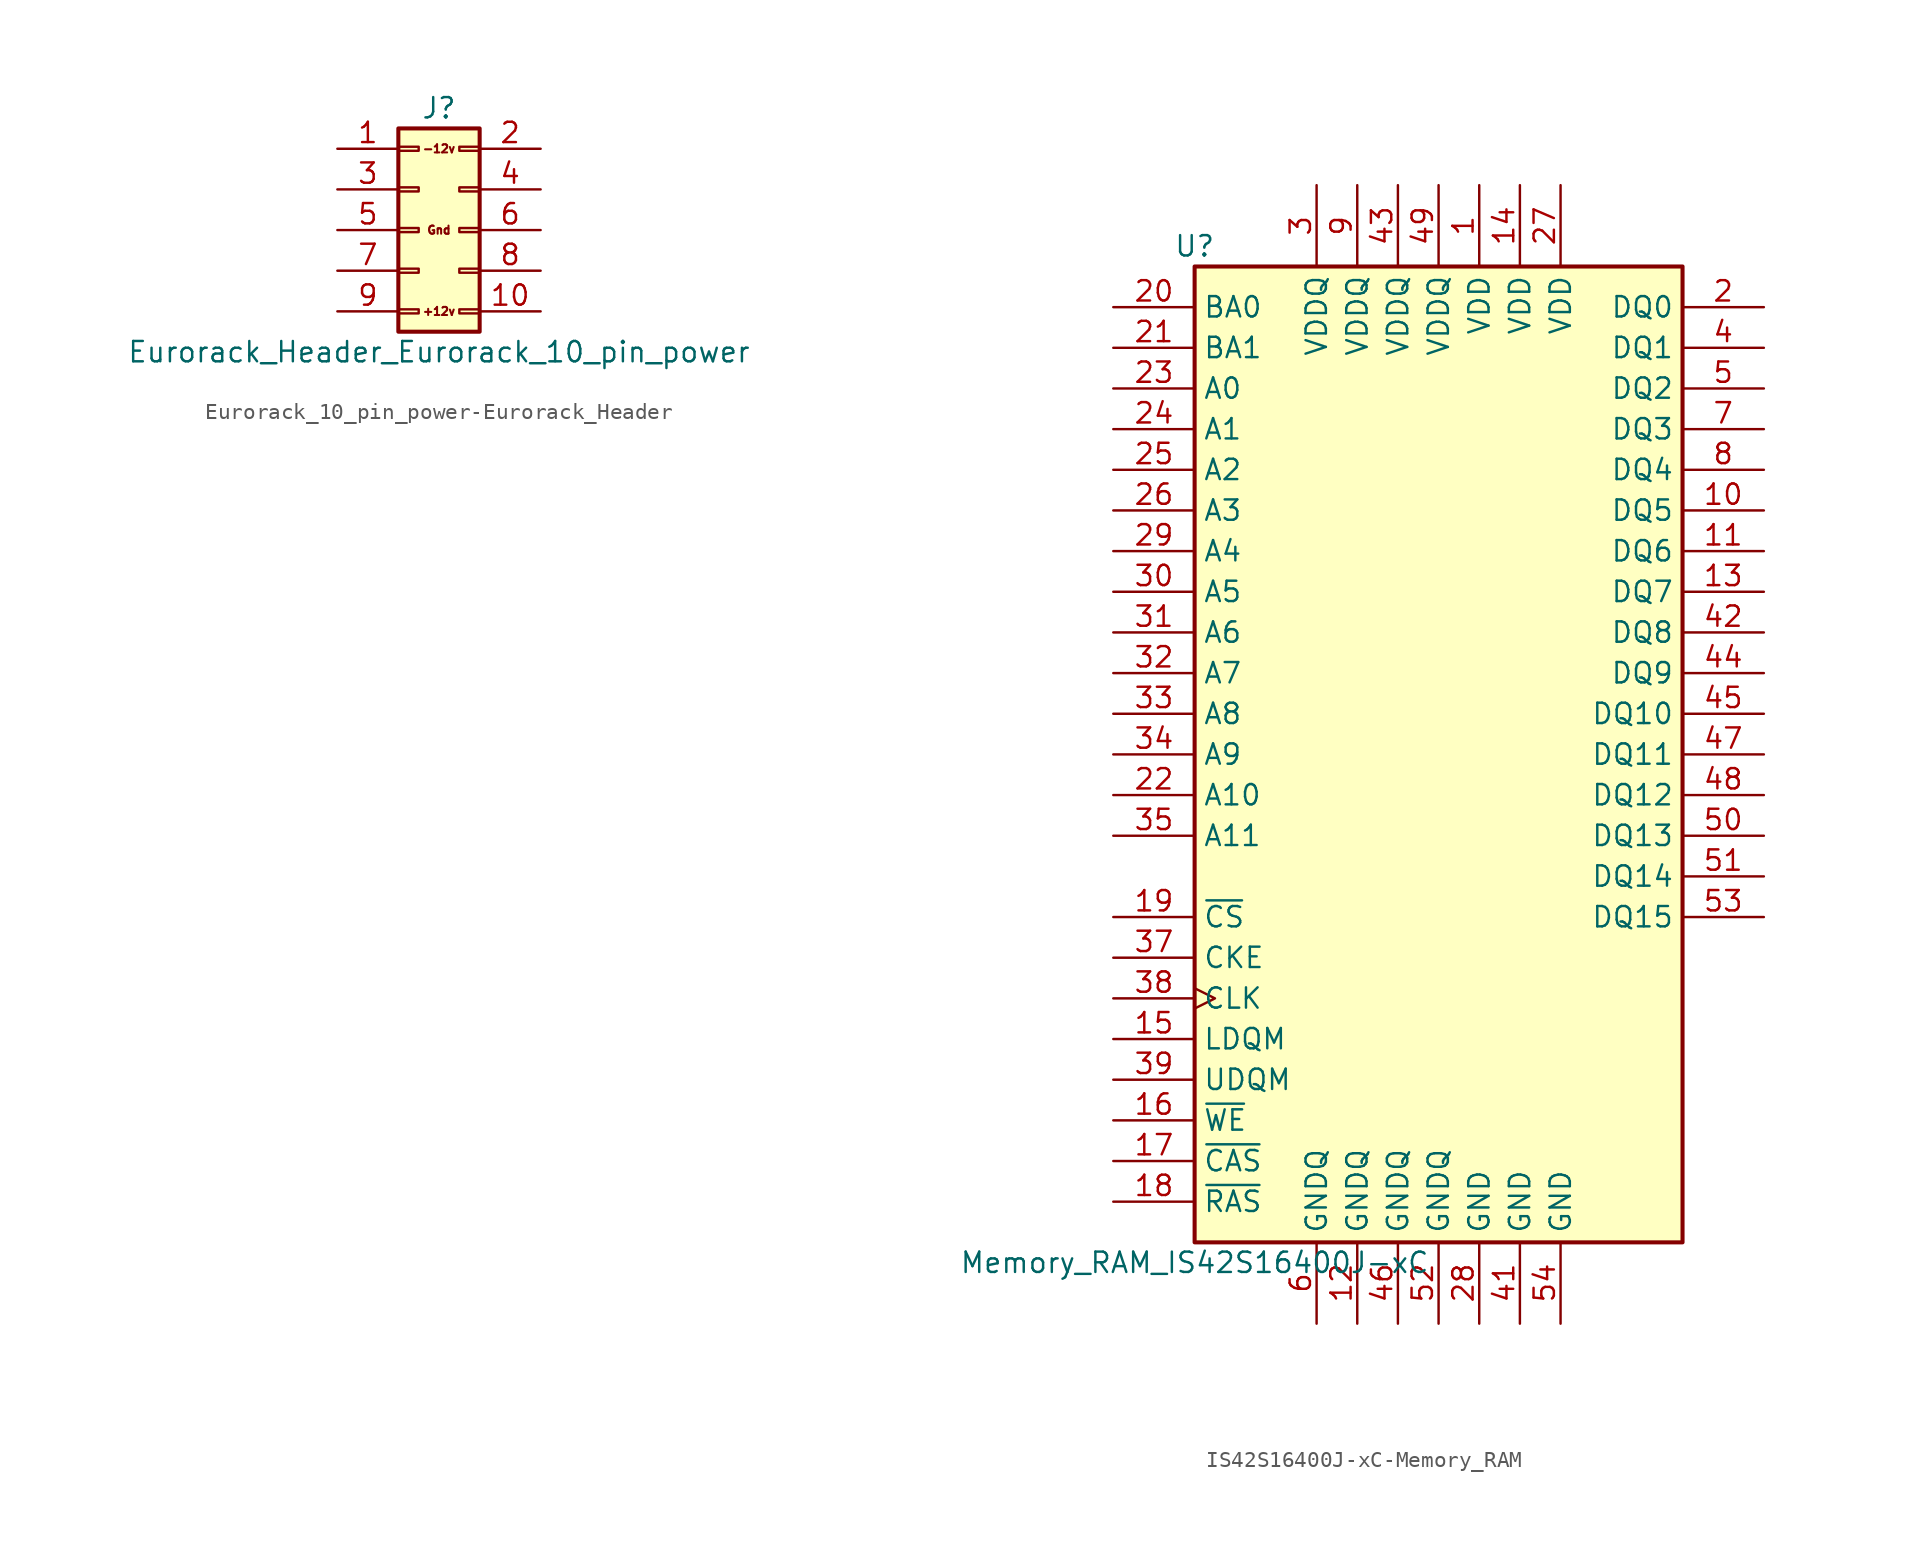
<source format=kicad_sym>
(kicad_symbol_lib
  (version 20220914)
  (generator kicad_symbol_editor)
  (symbol "Eurorack_10_pin_power-Eurorack_Header"
    (pin_names
      (offset 1.016) hide)
    (property "Reference" "J"
      (at 1.27 7.62 0)
      (effects (font (size 1.27 1.27))))
    (property "Value" "Eurorack_Header_Eurorack_10_pin_power"
      (at 1.27 -7.62 0)
      (effects (font (size 1.27 1.27))))
    (symbol "Eurorack_10_pin_power-Eurorack_Header_1_0"
      (text "+12v" (at 1.27 -5.08 0) (effects (font (size 0.508 0.508))))
      (text "-12v" (at 1.27 5.08 0) (effects (font (size 0.508 0.508))))
      (text "Gnd" (at 1.27 0 0) (effects (font (size 0.508 0.508)))))
    (symbol "Eurorack_10_pin_power-Eurorack_Header_1_1"
      (rectangle (start -1.27 -4.953) (end 0 -5.207) (stroke (width 0.152) (type solid)) (fill (type none)))
      (rectangle (start -1.27 -2.413) (end 0 -2.667) (stroke (width 0.152) (type solid)) (fill (type none)))
      (rectangle (start -1.27 0.127) (end 0 -0.127) (stroke (width 0.152) (type solid)) (fill (type none)))
      (rectangle (start -1.27 2.667) (end 0 2.413) (stroke (width 0.152) (type solid)) (fill (type none)))
      (rectangle (start -1.27 5.207) (end 0 4.953) (stroke (width 0.152) (type solid)) (fill (type none)))
      (rectangle (start -1.27 6.35) (end 3.81 -6.35) (stroke (width 0.254) (type solid)) (fill (type background)))
      (rectangle (start 3.81 -4.953) (end 2.54 -5.207) (stroke (width 0.152) (type solid)) (fill (type none)))
      (rectangle (start 3.81 -2.413) (end 2.54 -2.667) (stroke (width 0.152) (type solid)) (fill (type none)))
      (rectangle (start 3.81 0.127) (end 2.54 -0.127) (stroke (width 0.152) (type solid)) (fill (type none)))
      (rectangle (start 3.81 2.667) (end 2.54 2.413) (stroke (width 0.152) (type solid)) (fill (type none)))
      (rectangle (start 3.81 5.207) (end 2.54 4.953) (stroke (width 0.152) (type solid)) (fill (type none)))
      (pin power_in line (at -5.08 5.08 0) (length 3.81) (name "Pin_1" (effects (font (size 1.27 1.27)))) (number "1" (effects (font (size 1.27 1.27)))))
      (pin passive line (at 7.62 -5.08 180) (length 3.81) (name "Pin_10" (effects (font (size 1.27 1.27)))) (number "10" (effects (font (size 1.27 1.27)))))
      (pin passive line (at 7.62 5.08 180) (length 3.81) (name "Pin_2" (effects (font (size 1.27 1.27)))) (number "2" (effects (font (size 1.27 1.27)))))
      (pin passive line (at -5.08 2.54 0) (length 3.81) (name "Pin_3" (effects (font (size 1.27 1.27)))) (number "3" (effects (font (size 1.27 1.27)))))
      (pin passive line (at 7.62 2.54 180) (length 3.81) (name "Pin_4" (effects (font (size 1.27 1.27)))) (number "4" (effects (font (size 1.27 1.27)))))
      (pin power_in line (at -5.08 0 0) (length 3.81) (name "Pin_5" (effects (font (size 1.27 1.27)))) (number "5" (effects (font (size 1.27 1.27)))))
      (pin passive line (at 7.62 0 180) (length 3.81) (name "Pin_6" (effects (font (size 1.27 1.27)))) (number "6" (effects (font (size 1.27 1.27)))))
      (pin passive line (at -5.08 -2.54 0) (length 3.81) (name "Pin_7" (effects (font (size 1.27 1.27)))) (number "7" (effects (font (size 1.27 1.27)))))
      (pin passive line (at 7.62 -2.54 180) (length 3.81) (name "Pin_8" (effects (font (size 1.27 1.27)))) (number "8" (effects (font (size 1.27 1.27)))))
      (pin power_in line (at -5.08 -5.08 0) (length 3.81) (name "Pin_9" (effects (font (size 1.27 1.27)))) (number "9" (effects (font (size 1.27 1.27)))))))
  (symbol "IS42S16400J-xC-Memory_RAM"
    (property "Reference" "U"
      (at -15.24 31.75 0)
      (effects (font (size 1.27 1.27))))
    (property "Value" "Memory_RAM_IS42S16400J-xC"
      (at -15.24 -31.75 0)
      (effects (font (size 1.27 1.27))))
    (symbol "IS42S16400J-xC-Memory_RAM_1_1"
      (rectangle (start -15.24 30.48) (end 15.24 -30.48) (stroke (width 0.254) (type solid)) (fill (type background)))
      (pin power_in line (at 2.54 35.56 270) (length 5.08) (name "VDD" (effects (font (size 1.27 1.27)))) (number "1" (effects (font (size 1.27 1.27)))))
      (pin bidirectional line (at 20.32 15.24 180) (length 5.08) (name "DQ5" (effects (font (size 1.27 1.27)))) (number "10" (effects (font (size 1.27 1.27)))))
      (pin bidirectional line (at 20.32 12.7 180) (length 5.08) (name "DQ6" (effects (font (size 1.27 1.27)))) (number "11" (effects (font (size 1.27 1.27)))))
      (pin power_in line (at -5.08 -35.56 90) (length 5.08) (name "GNDQ" (effects (font (size 1.27 1.27)))) (number "12" (effects (font (size 1.27 1.27)))))
      (pin bidirectional line (at 20.32 10.16 180) (length 5.08) (name "DQ7" (effects (font (size 1.27 1.27)))) (number "13" (effects (font (size 1.27 1.27)))))
      (pin power_in line (at 5.08 35.56 270) (length 5.08) (name "VDD" (effects (font (size 1.27 1.27)))) (number "14" (effects (font (size 1.27 1.27)))))
      (pin input line (at -20.32 -17.78 0) (length 5.08) (name "LDQM" (effects (font (size 1.27 1.27)))) (number "15" (effects (font (size 1.27 1.27)))))
      (pin input line (at -20.32 -22.86 0) (length 5.08) (name "~{WE}" (effects (font (size 1.27 1.27)))) (number "16" (effects (font (size 1.27 1.27)))))
      (pin input line (at -20.32 -25.4 0) (length 5.08) (name "~{CAS}" (effects (font (size 1.27 1.27)))) (number "17" (effects (font (size 1.27 1.27)))))
      (pin input line (at -20.32 -27.94 0) (length 5.08) (name "~{RAS}" (effects (font (size 1.27 1.27)))) (number "18" (effects (font (size 1.27 1.27)))))
      (pin input line (at -20.32 -10.16 0) (length 5.08) (name "~{CS}" (effects (font (size 1.27 1.27)))) (number "19" (effects (font (size 1.27 1.27)))))
      (pin bidirectional line (at 20.32 27.94 180) (length 5.08) (name "DQ0" (effects (font (size 1.27 1.27)))) (number "2" (effects (font (size 1.27 1.27)))))
      (pin input line (at -20.32 27.94 0) (length 5.08) (name "BA0" (effects (font (size 1.27 1.27)))) (number "20" (effects (font (size 1.27 1.27)))))
      (pin input line (at -20.32 25.4 0) (length 5.08) (name "BA1" (effects (font (size 1.27 1.27)))) (number "21" (effects (font (size 1.27 1.27)))))
      (pin input line (at -20.32 -2.54 0) (length 5.08) (name "A10" (effects (font (size 1.27 1.27)))) (number "22" (effects (font (size 1.27 1.27)))))
      (pin input line (at -20.32 22.86 0) (length 5.08) (name "A0" (effects (font (size 1.27 1.27)))) (number "23" (effects (font (size 1.27 1.27)))))
      (pin input line (at -20.32 20.32 0) (length 5.08) (name "A1" (effects (font (size 1.27 1.27)))) (number "24" (effects (font (size 1.27 1.27)))))
      (pin input line (at -20.32 17.78 0) (length 5.08) (name "A2" (effects (font (size 1.27 1.27)))) (number "25" (effects (font (size 1.27 1.27)))))
      (pin input line (at -20.32 15.24 0) (length 5.08) (name "A3" (effects (font (size 1.27 1.27)))) (number "26" (effects (font (size 1.27 1.27)))))
      (pin power_in line (at 7.62 35.56 270) (length 5.08) (name "VDD" (effects (font (size 1.27 1.27)))) (number "27" (effects (font (size 1.27 1.27)))))
      (pin power_in line (at 2.54 -35.56 90) (length 5.08) (name "GND" (effects (font (size 1.27 1.27)))) (number "28" (effects (font (size 1.27 1.27)))))
      (pin input line (at -20.32 12.7 0) (length 5.08) (name "A4" (effects (font (size 1.27 1.27)))) (number "29" (effects (font (size 1.27 1.27)))))
      (pin power_in line (at -7.62 35.56 270) (length 5.08) (name "VDDQ" (effects (font (size 1.27 1.27)))) (number "3" (effects (font (size 1.27 1.27)))))
      (pin input line (at -20.32 10.16 0) (length 5.08) (name "A5" (effects (font (size 1.27 1.27)))) (number "30" (effects (font (size 1.27 1.27)))))
      (pin input line (at -20.32 7.62 0) (length 5.08) (name "A6" (effects (font (size 1.27 1.27)))) (number "31" (effects (font (size 1.27 1.27)))))
      (pin input line (at -20.32 5.08 0) (length 5.08) (name "A7" (effects (font (size 1.27 1.27)))) (number "32" (effects (font (size 1.27 1.27)))))
      (pin input line (at -20.32 2.54 0) (length 5.08) (name "A8" (effects (font (size 1.27 1.27)))) (number "33" (effects (font (size 1.27 1.27)))))
      (pin input line (at -20.32 0 0) (length 5.08) (name "A9" (effects (font (size 1.27 1.27)))) (number "34" (effects (font (size 1.27 1.27)))))
      (pin input line (at -20.32 -5.08 0) (length 5.08) (name "A11" (effects (font (size 1.27 1.27)))) (number "35" (effects (font (size 1.27 1.27)))))
      (pin no_connect line (at 15.24 -17.78 180) (length 5.08) hide (name "NC" (effects (font (size 1.27 1.27)))) (number "36" (effects (font (size 1.27 1.27)))))
      (pin input line (at -20.32 -12.7 0) (length 5.08) (name "CKE" (effects (font (size 1.27 1.27)))) (number "37" (effects (font (size 1.27 1.27)))))
      (pin input clock (at -20.32 -15.24 0) (length 5.08) (name "CLK" (effects (font (size 1.27 1.27)))) (number "38" (effects (font (size 1.27 1.27)))))
      (pin input line (at -20.32 -20.32 0) (length 5.08) (name "UDQM" (effects (font (size 1.27 1.27)))) (number "39" (effects (font (size 1.27 1.27)))))
      (pin bidirectional line (at 20.32 25.4 180) (length 5.08) (name "DQ1" (effects (font (size 1.27 1.27)))) (number "4" (effects (font (size 1.27 1.27)))))
      (pin no_connect line (at 15.24 -20.32 180) (length 5.08) hide (name "NC" (effects (font (size 1.27 1.27)))) (number "40" (effects (font (size 1.27 1.27)))))
      (pin power_in line (at 5.08 -35.56 90) (length 5.08) (name "GND" (effects (font (size 1.27 1.27)))) (number "41" (effects (font (size 1.27 1.27)))))
      (pin bidirectional line (at 20.32 7.62 180) (length 5.08) (name "DQ8" (effects (font (size 1.27 1.27)))) (number "42" (effects (font (size 1.27 1.27)))))
      (pin power_in line (at -2.54 35.56 270) (length 5.08) (name "VDDQ" (effects (font (size 1.27 1.27)))) (number "43" (effects (font (size 1.27 1.27)))))
      (pin bidirectional line (at 20.32 5.08 180) (length 5.08) (name "DQ9" (effects (font (size 1.27 1.27)))) (number "44" (effects (font (size 1.27 1.27)))))
      (pin bidirectional line (at 20.32 2.54 180) (length 5.08) (name "DQ10" (effects (font (size 1.27 1.27)))) (number "45" (effects (font (size 1.27 1.27)))))
      (pin power_in line (at -2.54 -35.56 90) (length 5.08) (name "GNDQ" (effects (font (size 1.27 1.27)))) (number "46" (effects (font (size 1.27 1.27)))))
      (pin bidirectional line (at 20.32 0 180) (length 5.08) (name "DQ11" (effects (font (size 1.27 1.27)))) (number "47" (effects (font (size 1.27 1.27)))))
      (pin bidirectional line (at 20.32 -2.54 180) (length 5.08) (name "DQ12" (effects (font (size 1.27 1.27)))) (number "48" (effects (font (size 1.27 1.27)))))
      (pin power_in line (at 0 35.56 270) (length 5.08) (name "VDDQ" (effects (font (size 1.27 1.27)))) (number "49" (effects (font (size 1.27 1.27)))))
      (pin bidirectional line (at 20.32 22.86 180) (length 5.08) (name "DQ2" (effects (font (size 1.27 1.27)))) (number "5" (effects (font (size 1.27 1.27)))))
      (pin bidirectional line (at 20.32 -5.08 180) (length 5.08) (name "DQ13" (effects (font (size 1.27 1.27)))) (number "50" (effects (font (size 1.27 1.27)))))
      (pin bidirectional line (at 20.32 -7.62 180) (length 5.08) (name "DQ14" (effects (font (size 1.27 1.27)))) (number "51" (effects (font (size 1.27 1.27)))))
      (pin power_in line (at 0 -35.56 90) (length 5.08) (name "GNDQ" (effects (font (size 1.27 1.27)))) (number "52" (effects (font (size 1.27 1.27)))))
      (pin bidirectional line (at 20.32 -10.16 180) (length 5.08) (name "DQ15" (effects (font (size 1.27 1.27)))) (number "53" (effects (font (size 1.27 1.27)))))
      (pin power_in line (at 7.62 -35.56 90) (length 5.08) (name "GND" (effects (font (size 1.27 1.27)))) (number "54" (effects (font (size 1.27 1.27)))))
      (pin power_in line (at -7.62 -35.56 90) (length 5.08) (name "GNDQ" (effects (font (size 1.27 1.27)))) (number "6" (effects (font (size 1.27 1.27)))))
      (pin bidirectional line (at 20.32 20.32 180) (length 5.08) (name "DQ3" (effects (font (size 1.27 1.27)))) (number "7" (effects (font (size 1.27 1.27)))))
      (pin bidirectional line (at 20.32 17.78 180) (length 5.08) (name "DQ4" (effects (font (size 1.27 1.27)))) (number "8" (effects (font (size 1.27 1.27)))))
      (pin power_in line (at -5.08 35.56 270) (length 5.08) (name "VDDQ" (effects (font (size 1.27 1.27)))) (number "9" (effects (font (size 1.27 1.27))))))))
</source>
